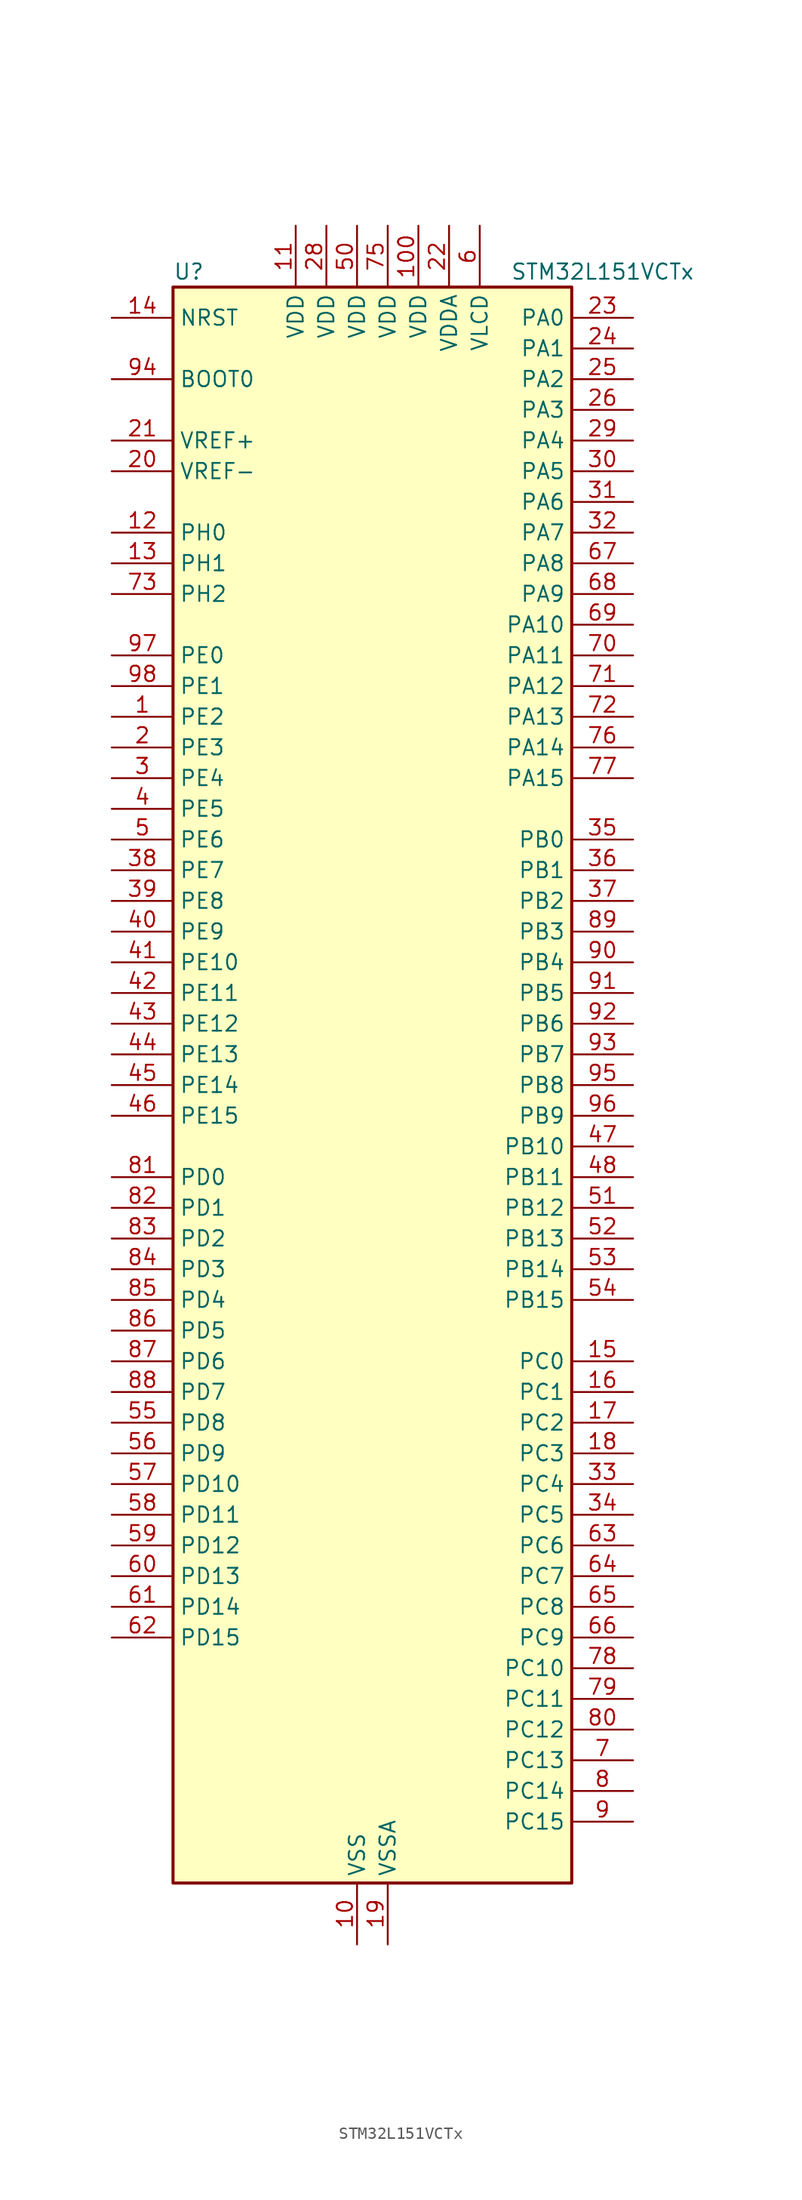
<source format=kicad_sym>
(kicad_symbol_lib
  (version 20231120)
  (generator "kicad-library-utils")
  (generator_version "8.0")
  (symbol "STM32L151VCTx"
    (property "Reference" "U"
      (at -15.24 67.31 0)
      (effects (font (size 1.27 1.27)) (justify left)))
    (property "Value" "STM32L151VCTx"
      (at 12.7 67.31 0)
      (effects (font (size 1.27 1.27)) (justify left)))
    (symbol "STM32L151VCTx_0_1"
      (rectangle (start -15.24 -66.04) (end 17.78 66.04) (stroke (width 0.254) (type default)) (fill (type background))))
    (symbol "STM32L151VCTx_1_1"
      (pin bidirectional line (at -20.32 30.48 0) (length 5.08) (name "PE2" (effects (font (size 1.27 1.27)))) (number "1" (effects (font (size 1.27 1.27)))) (alternate "SYS_TRACECK" bidirectional line) (alternate "TIM3_ETR" bidirectional line) (alternate "TIMX_IC3" bidirectional line))
      (pin power_in line (at 0 -71.12 90) (length 5.08) (name "VSS" (effects (font (size 1.27 1.27)))) (number "10" (effects (font (size 1.27 1.27)))))
      (pin power_in line (at 5.08 71.12 270) (length 5.08) (name "VDD" (effects (font (size 1.27 1.27)))) (number "100" (effects (font (size 1.27 1.27)))))
      (pin power_in line (at -5.08 71.12 270) (length 5.08) (name "VDD" (effects (font (size 1.27 1.27)))) (number "11" (effects (font (size 1.27 1.27)))))
      (pin bidirectional line (at -20.32 45.72 0) (length 5.08) (name "PH0" (effects (font (size 1.27 1.27)))) (number "12" (effects (font (size 1.27 1.27)))) (alternate "RCC_OSC_IN" bidirectional line))
      (pin bidirectional line (at -20.32 43.18 0) (length 5.08) (name "PH1" (effects (font (size 1.27 1.27)))) (number "13" (effects (font (size 1.27 1.27)))) (alternate "RCC_OSC_OUT" bidirectional line))
      (pin input line (at -20.32 63.5 0) (length 5.08) (name "NRST" (effects (font (size 1.27 1.27)))) (number "14" (effects (font (size 1.27 1.27)))))
      (pin bidirectional line (at 22.86 -22.86 180) (length 5.08) (name "PC0" (effects (font (size 1.27 1.27)))) (number "15" (effects (font (size 1.27 1.27)))) (alternate "ADC_IN10" bidirectional line) (alternate "COMP1_INP" bidirectional line) (alternate "TIMX_IC1" bidirectional line) (alternate "TS_G8_IO1" bidirectional line))
      (pin bidirectional line (at 22.86 -25.4 180) (length 5.08) (name "PC1" (effects (font (size 1.27 1.27)))) (number "16" (effects (font (size 1.27 1.27)))) (alternate "ADC_IN11" bidirectional line) (alternate "COMP1_INP" bidirectional line) (alternate "TIMX_IC2" bidirectional line) (alternate "TS_G8_IO2" bidirectional line))
      (pin bidirectional line (at 22.86 -27.94 180) (length 5.08) (name "PC2" (effects (font (size 1.27 1.27)))) (number "17" (effects (font (size 1.27 1.27)))) (alternate "ADC_IN12" bidirectional line) (alternate "COMP1_INP" bidirectional line) (alternate "TIMX_IC3" bidirectional line) (alternate "TS_G8_IO3" bidirectional line))
      (pin bidirectional line (at 22.86 -30.48 180) (length 5.08) (name "PC3" (effects (font (size 1.27 1.27)))) (number "18" (effects (font (size 1.27 1.27)))) (alternate "ADC_IN13" bidirectional line) (alternate "COMP1_INP" bidirectional line) (alternate "TIMX_IC4" bidirectional line) (alternate "TS_G8_IO4" bidirectional line))
      (pin power_in line (at 2.54 -71.12 90) (length 5.08) (name "VSSA" (effects (font (size 1.27 1.27)))) (number "19" (effects (font (size 1.27 1.27)))))
      (pin bidirectional line (at -20.32 27.94 0) (length 5.08) (name "PE3" (effects (font (size 1.27 1.27)))) (number "2" (effects (font (size 1.27 1.27)))) (alternate "SYS_TRACED0" bidirectional line) (alternate "TIM3_CH1" bidirectional line) (alternate "TIMX_IC4" bidirectional line))
      (pin input line (at -20.32 50.8 0) (length 5.08) (name "VREF-" (effects (font (size 1.27 1.27)))) (number "20" (effects (font (size 1.27 1.27)))))
      (pin input line (at -20.32 53.34 0) (length 5.08) (name "VREF+" (effects (font (size 1.27 1.27)))) (number "21" (effects (font (size 1.27 1.27)))))
      (pin power_in line (at 7.62 71.12 270) (length 5.08) (name "VDDA" (effects (font (size 1.27 1.27)))) (number "22" (effects (font (size 1.27 1.27)))))
      (pin bidirectional line (at 22.86 63.5 180) (length 5.08) (name "PA0" (effects (font (size 1.27 1.27)))) (number "23" (effects (font (size 1.27 1.27)))) (alternate "ADC_IN0" bidirectional line) (alternate "COMP1_INP" bidirectional line) (alternate "RTC_TAMP2" bidirectional line) (alternate "SYS_WKUP1" bidirectional line) (alternate "TIM2_CH1" bidirectional line) (alternate "TIM2_ETR" bidirectional line) (alternate "TIM5_CH1" bidirectional line) (alternate "TIMX_IC1" bidirectional line) (alternate "TS_G1_IO1" bidirectional line) (alternate "USART2_CTS" bidirectional line))
      (pin bidirectional line (at 22.86 60.96 180) (length 5.08) (name "PA1" (effects (font (size 1.27 1.27)))) (number "24" (effects (font (size 1.27 1.27)))) (alternate "ADC_IN1" bidirectional line) (alternate "COMP1_INP" bidirectional line) (alternate "OPAMP1_VINP" bidirectional line) (alternate "TIM2_CH2" bidirectional line) (alternate "TIM5_CH2" bidirectional line) (alternate "TIMX_IC2" bidirectional line) (alternate "TS_G1_IO2" bidirectional line) (alternate "USART2_RTS" bidirectional line))
      (pin bidirectional line (at 22.86 58.42 180) (length 5.08) (name "PA2" (effects (font (size 1.27 1.27)))) (number "25" (effects (font (size 1.27 1.27)))) (alternate "ADC_IN2" bidirectional line) (alternate "COMP1_INP" bidirectional line) (alternate "OPAMP1_VINM" bidirectional line) (alternate "TIM2_CH3" bidirectional line) (alternate "TIM5_CH3" bidirectional line) (alternate "TIM9_CH1" bidirectional line) (alternate "TIMX_IC3" bidirectional line) (alternate "TS_G1_IO3" bidirectional line) (alternate "USART2_TX" bidirectional line))
      (pin bidirectional line (at 22.86 55.88 180) (length 5.08) (name "PA3" (effects (font (size 1.27 1.27)))) (number "26" (effects (font (size 1.27 1.27)))) (alternate "ADC_IN3" bidirectional line) (alternate "COMP1_INP" bidirectional line) (alternate "OPAMP1_VOUT" bidirectional line) (alternate "TIM2_CH4" bidirectional line) (alternate "TIM5_CH4" bidirectional line) (alternate "TIM9_CH2" bidirectional line) (alternate "TIMX_IC4" bidirectional line) (alternate "TS_G1_IO4" bidirectional line) (alternate "USART2_RX" bidirectional line))
      (pin passive line (at 0 -71.12 90) (length 5.08) hide (name "VSS" (effects (font (size 1.27 1.27)))) (number "27" (effects (font (size 1.27 1.27)))))
      (pin power_in line (at -2.54 71.12 270) (length 5.08) (name "VDD" (effects (font (size 1.27 1.27)))) (number "28" (effects (font (size 1.27 1.27)))))
      (pin bidirectional line (at 22.86 53.34 180) (length 5.08) (name "PA4" (effects (font (size 1.27 1.27)))) (number "29" (effects (font (size 1.27 1.27)))) (alternate "ADC_IN4" bidirectional line) (alternate "COMP1_INP" bidirectional line) (alternate "DAC_OUT1" bidirectional line) (alternate "I2S3_WS" bidirectional line) (alternate "SPI1_NSS" bidirectional line) (alternate "SPI3_NSS" bidirectional line) (alternate "TIMX_IC1" bidirectional line) (alternate "USART2_CK" bidirectional line))
      (pin bidirectional line (at -20.32 25.4 0) (length 5.08) (name "PE4" (effects (font (size 1.27 1.27)))) (number "3" (effects (font (size 1.27 1.27)))) (alternate "SYS_TRACED1" bidirectional line) (alternate "TIM3_CH2" bidirectional line) (alternate "TIMX_IC1" bidirectional line))
      (pin bidirectional line (at 22.86 50.8 180) (length 5.08) (name "PA5" (effects (font (size 1.27 1.27)))) (number "30" (effects (font (size 1.27 1.27)))) (alternate "ADC_IN5" bidirectional line) (alternate "COMP1_INP" bidirectional line) (alternate "DAC_OUT2" bidirectional line) (alternate "SPI1_SCK" bidirectional line) (alternate "TIM2_CH1" bidirectional line) (alternate "TIM2_ETR" bidirectional line) (alternate "TIMX_IC2" bidirectional line))
      (pin bidirectional line (at 22.86 48.26 180) (length 5.08) (name "PA6" (effects (font (size 1.27 1.27)))) (number "31" (effects (font (size 1.27 1.27)))) (alternate "ADC_IN6" bidirectional line) (alternate "COMP1_INP" bidirectional line) (alternate "OPAMP2_VINP" bidirectional line) (alternate "SPI1_MISO" bidirectional line) (alternate "TIM10_CH1" bidirectional line) (alternate "TIM3_CH1" bidirectional line) (alternate "TIMX_IC3" bidirectional line) (alternate "TS_G2_IO1" bidirectional line))
      (pin bidirectional line (at 22.86 45.72 180) (length 5.08) (name "PA7" (effects (font (size 1.27 1.27)))) (number "32" (effects (font (size 1.27 1.27)))) (alternate "ADC_IN7" bidirectional line) (alternate "COMP1_INP" bidirectional line) (alternate "OPAMP2_VINM" bidirectional line) (alternate "SPI1_MOSI" bidirectional line) (alternate "TIM11_CH1" bidirectional line) (alternate "TIM3_CH2" bidirectional line) (alternate "TIMX_IC4" bidirectional line) (alternate "TS_G2_IO2" bidirectional line))
      (pin bidirectional line (at 22.86 -33.02 180) (length 5.08) (name "PC4" (effects (font (size 1.27 1.27)))) (number "33" (effects (font (size 1.27 1.27)))) (alternate "ADC_IN14" bidirectional line) (alternate "COMP1_INP" bidirectional line) (alternate "TIMX_IC1" bidirectional line) (alternate "TS_G9_IO1" bidirectional line))
      (pin bidirectional line (at 22.86 -35.56 180) (length 5.08) (name "PC5" (effects (font (size 1.27 1.27)))) (number "34" (effects (font (size 1.27 1.27)))) (alternate "ADC_IN15" bidirectional line) (alternate "COMP1_INP" bidirectional line) (alternate "TIMX_IC2" bidirectional line) (alternate "TS_G9_IO2" bidirectional line))
      (pin bidirectional line (at 22.86 20.32 180) (length 5.08) (name "PB0" (effects (font (size 1.27 1.27)))) (number "35" (effects (font (size 1.27 1.27)))) (alternate "ADC_IN8" bidirectional line) (alternate "COMP1_INP" bidirectional line) (alternate "OPAMP2_VOUT" bidirectional line) (alternate "SYS_V_REF_OUT" bidirectional line) (alternate "TIM3_CH3" bidirectional line) (alternate "TS_G3_IO1" bidirectional line))
      (pin bidirectional line (at 22.86 17.78 180) (length 5.08) (name "PB1" (effects (font (size 1.27 1.27)))) (number "36" (effects (font (size 1.27 1.27)))) (alternate "ADC_IN9" bidirectional line) (alternate "COMP1_INP" bidirectional line) (alternate "SYS_V_REF_OUT" bidirectional line) (alternate "TIM3_CH4" bidirectional line) (alternate "TS_G3_IO2" bidirectional line))
      (pin bidirectional line (at 22.86 15.24 180) (length 5.08) (name "PB2" (effects (font (size 1.27 1.27)))) (number "37" (effects (font (size 1.27 1.27)))) (alternate "TS_G3_IO3" bidirectional line))
      (pin bidirectional line (at -20.32 17.78 0) (length 5.08) (name "PE7" (effects (font (size 1.27 1.27)))) (number "38" (effects (font (size 1.27 1.27)))) (alternate "ADC_IN22" bidirectional line) (alternate "COMP1_INP" bidirectional line) (alternate "TIMX_IC4" bidirectional line))
      (pin bidirectional line (at -20.32 15.24 0) (length 5.08) (name "PE8" (effects (font (size 1.27 1.27)))) (number "39" (effects (font (size 1.27 1.27)))) (alternate "ADC_IN23" bidirectional line) (alternate "COMP1_INP" bidirectional line) (alternate "TIMX_IC1" bidirectional line))
      (pin bidirectional line (at -20.32 22.86 0) (length 5.08) (name "PE5" (effects (font (size 1.27 1.27)))) (number "4" (effects (font (size 1.27 1.27)))) (alternate "SYS_TRACED2" bidirectional line) (alternate "TIM9_CH1" bidirectional line) (alternate "TIMX_IC2" bidirectional line))
      (pin bidirectional line (at -20.32 12.7 0) (length 5.08) (name "PE9" (effects (font (size 1.27 1.27)))) (number "40" (effects (font (size 1.27 1.27)))) (alternate "ADC_IN24" bidirectional line) (alternate "COMP1_INP" bidirectional line) (alternate "DAC_EXTI9" bidirectional line) (alternate "TIM2_CH1" bidirectional line) (alternate "TIM2_ETR" bidirectional line) (alternate "TIM5_ETR" bidirectional line) (alternate "TIMX_IC2" bidirectional line))
      (pin bidirectional line (at -20.32 10.16 0) (length 5.08) (name "PE10" (effects (font (size 1.27 1.27)))) (number "41" (effects (font (size 1.27 1.27)))) (alternate "ADC_IN25" bidirectional line) (alternate "COMP1_INP" bidirectional line) (alternate "TIM2_CH2" bidirectional line) (alternate "TIMX_IC3" bidirectional line))
      (pin bidirectional line (at -20.32 7.62 0) (length 5.08) (name "PE11" (effects (font (size 1.27 1.27)))) (number "42" (effects (font (size 1.27 1.27)))) (alternate "ADC_EXTI11" bidirectional line) (alternate "TIM2_CH3" bidirectional line) (alternate "TIMX_IC4" bidirectional line))
      (pin bidirectional line (at -20.32 5.08 0) (length 5.08) (name "PE12" (effects (font (size 1.27 1.27)))) (number "43" (effects (font (size 1.27 1.27)))) (alternate "SPI1_NSS" bidirectional line) (alternate "TIM2_CH4" bidirectional line) (alternate "TIMX_IC1" bidirectional line))
      (pin bidirectional line (at -20.32 2.54 0) (length 5.08) (name "PE13" (effects (font (size 1.27 1.27)))) (number "44" (effects (font (size 1.27 1.27)))) (alternate "SPI1_SCK" bidirectional line) (alternate "TIMX_IC2" bidirectional line))
      (pin bidirectional line (at -20.32 0 0) (length 5.08) (name "PE14" (effects (font (size 1.27 1.27)))) (number "45" (effects (font (size 1.27 1.27)))) (alternate "SPI1_MISO" bidirectional line) (alternate "TIMX_IC3" bidirectional line))
      (pin bidirectional line (at -20.32 -2.54 0) (length 5.08) (name "PE15" (effects (font (size 1.27 1.27)))) (number "46" (effects (font (size 1.27 1.27)))) (alternate "ADC_EXTI15" bidirectional line) (alternate "SPI1_MOSI" bidirectional line) (alternate "TIMX_IC4" bidirectional line))
      (pin bidirectional line (at 22.86 -5.08 180) (length 5.08) (name "PB10" (effects (font (size 1.27 1.27)))) (number "47" (effects (font (size 1.27 1.27)))) (alternate "I2C2_SCL" bidirectional line) (alternate "TIM2_CH3" bidirectional line) (alternate "USART3_TX" bidirectional line))
      (pin bidirectional line (at 22.86 -7.62 180) (length 5.08) (name "PB11" (effects (font (size 1.27 1.27)))) (number "48" (effects (font (size 1.27 1.27)))) (alternate "ADC_EXTI11" bidirectional line) (alternate "I2C2_SDA" bidirectional line) (alternate "TIM2_CH4" bidirectional line) (alternate "USART3_RX" bidirectional line))
      (pin passive line (at 0 -71.12 90) (length 5.08) hide (name "VSS" (effects (font (size 1.27 1.27)))) (number "49" (effects (font (size 1.27 1.27)))))
      (pin bidirectional line (at -20.32 20.32 0) (length 5.08) (name "PE6" (effects (font (size 1.27 1.27)))) (number "5" (effects (font (size 1.27 1.27)))) (alternate "RTC_TAMP3" bidirectional line) (alternate "SYS_TRACED3" bidirectional line) (alternate "SYS_WKUP3" bidirectional line) (alternate "TIM9_CH2" bidirectional line) (alternate "TIMX_IC3" bidirectional line))
      (pin power_in line (at 0 71.12 270) (length 5.08) (name "VDD" (effects (font (size 1.27 1.27)))) (number "50" (effects (font (size 1.27 1.27)))))
      (pin bidirectional line (at 22.86 -10.16 180) (length 5.08) (name "PB12" (effects (font (size 1.27 1.27)))) (number "51" (effects (font (size 1.27 1.27)))) (alternate "ADC_IN18" bidirectional line) (alternate "COMP1_INP" bidirectional line) (alternate "I2C2_SMBA" bidirectional line) (alternate "I2S2_WS" bidirectional line) (alternate "SPI2_NSS" bidirectional line) (alternate "TIM10_CH1" bidirectional line) (alternate "TS_G7_IO1" bidirectional line) (alternate "USART3_CK" bidirectional line))
      (pin bidirectional line (at 22.86 -12.7 180) (length 5.08) (name "PB13" (effects (font (size 1.27 1.27)))) (number "52" (effects (font (size 1.27 1.27)))) (alternate "ADC_IN19" bidirectional line) (alternate "COMP1_INP" bidirectional line) (alternate "I2S2_CK" bidirectional line) (alternate "SPI2_SCK" bidirectional line) (alternate "TIM9_CH1" bidirectional line) (alternate "TS_G7_IO2" bidirectional line) (alternate "USART3_CTS" bidirectional line))
      (pin bidirectional line (at 22.86 -15.24 180) (length 5.08) (name "PB14" (effects (font (size 1.27 1.27)))) (number "53" (effects (font (size 1.27 1.27)))) (alternate "ADC_IN20" bidirectional line) (alternate "COMP1_INP" bidirectional line) (alternate "SPI2_MISO" bidirectional line) (alternate "TIM9_CH2" bidirectional line) (alternate "TS_G7_IO3" bidirectional line) (alternate "USART3_RTS" bidirectional line))
      (pin bidirectional line (at 22.86 -17.78 180) (length 5.08) (name "PB15" (effects (font (size 1.27 1.27)))) (number "54" (effects (font (size 1.27 1.27)))) (alternate "ADC_EXTI15" bidirectional line) (alternate "ADC_IN21" bidirectional line) (alternate "COMP1_INP" bidirectional line) (alternate "I2S2_SD" bidirectional line) (alternate "RTC_REFIN" bidirectional line) (alternate "SPI2_MOSI" bidirectional line) (alternate "TIM11_CH1" bidirectional line) (alternate "TS_G7_IO4" bidirectional line))
      (pin bidirectional line (at -20.32 -27.94 0) (length 5.08) (name "PD8" (effects (font (size 1.27 1.27)))) (number "55" (effects (font (size 1.27 1.27)))) (alternate "TIMX_IC1" bidirectional line) (alternate "USART3_TX" bidirectional line))
      (pin bidirectional line (at -20.32 -30.48 0) (length 5.08) (name "PD9" (effects (font (size 1.27 1.27)))) (number "56" (effects (font (size 1.27 1.27)))) (alternate "DAC_EXTI9" bidirectional line) (alternate "TIMX_IC2" bidirectional line) (alternate "USART3_RX" bidirectional line))
      (pin bidirectional line (at -20.32 -33.02 0) (length 5.08) (name "PD10" (effects (font (size 1.27 1.27)))) (number "57" (effects (font (size 1.27 1.27)))) (alternate "TIMX_IC3" bidirectional line) (alternate "USART3_CK" bidirectional line))
      (pin bidirectional line (at -20.32 -35.56 0) (length 5.08) (name "PD11" (effects (font (size 1.27 1.27)))) (number "58" (effects (font (size 1.27 1.27)))) (alternate "ADC_EXTI11" bidirectional line) (alternate "TIMX_IC4" bidirectional line) (alternate "USART3_CTS" bidirectional line))
      (pin bidirectional line (at -20.32 -38.1 0) (length 5.08) (name "PD12" (effects (font (size 1.27 1.27)))) (number "59" (effects (font (size 1.27 1.27)))) (alternate "TIM4_CH1" bidirectional line) (alternate "TIMX_IC1" bidirectional line) (alternate "USART3_RTS" bidirectional line))
      (pin power_in line (at 10.16 71.12 270) (length 5.08) (name "VLCD" (effects (font (size 1.27 1.27)))) (number "6" (effects (font (size 1.27 1.27)))))
      (pin bidirectional line (at -20.32 -40.64 0) (length 5.08) (name "PD13" (effects (font (size 1.27 1.27)))) (number "60" (effects (font (size 1.27 1.27)))) (alternate "TIM4_CH2" bidirectional line) (alternate "TIMX_IC2" bidirectional line))
      (pin bidirectional line (at -20.32 -43.18 0) (length 5.08) (name "PD14" (effects (font (size 1.27 1.27)))) (number "61" (effects (font (size 1.27 1.27)))) (alternate "TIM4_CH3" bidirectional line) (alternate "TIMX_IC3" bidirectional line))
      (pin bidirectional line (at -20.32 -45.72 0) (length 5.08) (name "PD15" (effects (font (size 1.27 1.27)))) (number "62" (effects (font (size 1.27 1.27)))) (alternate "ADC_EXTI15" bidirectional line) (alternate "TIM4_CH4" bidirectional line) (alternate "TIMX_IC4" bidirectional line))
      (pin bidirectional line (at 22.86 -38.1 180) (length 5.08) (name "PC6" (effects (font (size 1.27 1.27)))) (number "63" (effects (font (size 1.27 1.27)))) (alternate "I2S2_MCK" bidirectional line) (alternate "TIM3_CH1" bidirectional line) (alternate "TIMX_IC3" bidirectional line) (alternate "TS_G10_IO1" bidirectional line))
      (pin bidirectional line (at 22.86 -40.64 180) (length 5.08) (name "PC7" (effects (font (size 1.27 1.27)))) (number "64" (effects (font (size 1.27 1.27)))) (alternate "I2S3_MCK" bidirectional line) (alternate "TIM3_CH2" bidirectional line) (alternate "TIMX_IC4" bidirectional line) (alternate "TS_G10_IO2" bidirectional line))
      (pin bidirectional line (at 22.86 -43.18 180) (length 5.08) (name "PC8" (effects (font (size 1.27 1.27)))) (number "65" (effects (font (size 1.27 1.27)))) (alternate "TIM3_CH3" bidirectional line) (alternate "TIMX_IC1" bidirectional line) (alternate "TS_G10_IO3" bidirectional line))
      (pin bidirectional line (at 22.86 -45.72 180) (length 5.08) (name "PC9" (effects (font (size 1.27 1.27)))) (number "66" (effects (font (size 1.27 1.27)))) (alternate "DAC_EXTI9" bidirectional line) (alternate "TIM3_CH4" bidirectional line) (alternate "TIMX_IC2" bidirectional line) (alternate "TS_G10_IO4" bidirectional line))
      (pin bidirectional line (at 22.86 43.18 180) (length 5.08) (name "PA8" (effects (font (size 1.27 1.27)))) (number "67" (effects (font (size 1.27 1.27)))) (alternate "RCC_MCO" bidirectional line) (alternate "TIMX_IC1" bidirectional line) (alternate "TS_G4_IO1" bidirectional line) (alternate "USART1_CK" bidirectional line))
      (pin bidirectional line (at 22.86 40.64 180) (length 5.08) (name "PA9" (effects (font (size 1.27 1.27)))) (number "68" (effects (font (size 1.27 1.27)))) (alternate "DAC_EXTI9" bidirectional line) (alternate "TIMX_IC2" bidirectional line) (alternate "TS_G4_IO2" bidirectional line) (alternate "USART1_TX" bidirectional line))
      (pin bidirectional line (at 22.86 38.1 180) (length 5.08) (name "PA10" (effects (font (size 1.27 1.27)))) (number "69" (effects (font (size 1.27 1.27)))) (alternate "TIMX_IC3" bidirectional line) (alternate "TS_G4_IO3" bidirectional line) (alternate "USART1_RX" bidirectional line))
      (pin bidirectional line (at 22.86 -55.88 180) (length 5.08) (name "PC13" (effects (font (size 1.27 1.27)))) (number "7" (effects (font (size 1.27 1.27)))) (alternate "RTC_OUT_ALARM" bidirectional line) (alternate "RTC_OUT_CALIB" bidirectional line) (alternate "RTC_TAMP1" bidirectional line) (alternate "RTC_TS" bidirectional line) (alternate "SYS_WKUP2" bidirectional line) (alternate "TIMX_IC2" bidirectional line))
      (pin bidirectional line (at 22.86 35.56 180) (length 5.08) (name "PA11" (effects (font (size 1.27 1.27)))) (number "70" (effects (font (size 1.27 1.27)))) (alternate "ADC_EXTI11" bidirectional line) (alternate "SPI1_MISO" bidirectional line) (alternate "TIMX_IC4" bidirectional line) (alternate "USART1_CTS" bidirectional line) (alternate "USB_DM" bidirectional line))
      (pin bidirectional line (at 22.86 33.02 180) (length 5.08) (name "PA12" (effects (font (size 1.27 1.27)))) (number "71" (effects (font (size 1.27 1.27)))) (alternate "SPI1_MOSI" bidirectional line) (alternate "TIMX_IC1" bidirectional line) (alternate "USART1_RTS" bidirectional line) (alternate "USB_DP" bidirectional line))
      (pin bidirectional line (at 22.86 30.48 180) (length 5.08) (name "PA13" (effects (font (size 1.27 1.27)))) (number "72" (effects (font (size 1.27 1.27)))) (alternate "SYS_JTMS-SWDIO" bidirectional line) (alternate "TIMX_IC2" bidirectional line) (alternate "TS_G5_IO1" bidirectional line))
      (pin bidirectional line (at -20.32 40.64 0) (length 5.08) (name "PH2" (effects (font (size 1.27 1.27)))) (number "73" (effects (font (size 1.27 1.27)))))
      (pin passive line (at 0 -71.12 90) (length 5.08) hide (name "VSS" (effects (font (size 1.27 1.27)))) (number "74" (effects (font (size 1.27 1.27)))))
      (pin power_in line (at 2.54 71.12 270) (length 5.08) (name "VDD" (effects (font (size 1.27 1.27)))) (number "75" (effects (font (size 1.27 1.27)))))
      (pin bidirectional line (at 22.86 27.94 180) (length 5.08) (name "PA14" (effects (font (size 1.27 1.27)))) (number "76" (effects (font (size 1.27 1.27)))) (alternate "SYS_JTCK-SWCLK" bidirectional line) (alternate "TIMX_IC3" bidirectional line) (alternate "TS_G5_IO2" bidirectional line))
      (pin bidirectional line (at 22.86 25.4 180) (length 5.08) (name "PA15" (effects (font (size 1.27 1.27)))) (number "77" (effects (font (size 1.27 1.27)))) (alternate "ADC_EXTI15" bidirectional line) (alternate "I2S3_WS" bidirectional line) (alternate "SPI1_NSS" bidirectional line) (alternate "SPI3_NSS" bidirectional line) (alternate "SYS_JTDI" bidirectional line) (alternate "TIM2_CH1" bidirectional line) (alternate "TIM2_ETR" bidirectional line) (alternate "TIMX_IC4" bidirectional line) (alternate "TS_G5_IO3" bidirectional line))
      (pin bidirectional line (at 22.86 -48.26 180) (length 5.08) (name "PC10" (effects (font (size 1.27 1.27)))) (number "78" (effects (font (size 1.27 1.27)))) (alternate "I2S3_CK" bidirectional line) (alternate "SPI3_SCK" bidirectional line) (alternate "TIMX_IC3" bidirectional line) (alternate "USART3_TX" bidirectional line))
      (pin bidirectional line (at 22.86 -50.8 180) (length 5.08) (name "PC11" (effects (font (size 1.27 1.27)))) (number "79" (effects (font (size 1.27 1.27)))) (alternate "ADC_EXTI11" bidirectional line) (alternate "SPI3_MISO" bidirectional line) (alternate "TIMX_IC4" bidirectional line) (alternate "USART3_RX" bidirectional line))
      (pin bidirectional line (at 22.86 -58.42 180) (length 5.08) (name "PC14" (effects (font (size 1.27 1.27)))) (number "8" (effects (font (size 1.27 1.27)))) (alternate "RCC_OSC32_IN" bidirectional line) (alternate "TIMX_IC3" bidirectional line))
      (pin bidirectional line (at 22.86 -53.34 180) (length 5.08) (name "PC12" (effects (font (size 1.27 1.27)))) (number "80" (effects (font (size 1.27 1.27)))) (alternate "I2S3_SD" bidirectional line) (alternate "SPI3_MOSI" bidirectional line) (alternate "TIMX_IC1" bidirectional line) (alternate "USART3_CK" bidirectional line))
      (pin bidirectional line (at -20.32 -7.62 0) (length 5.08) (name "PD0" (effects (font (size 1.27 1.27)))) (number "81" (effects (font (size 1.27 1.27)))) (alternate "I2S2_WS" bidirectional line) (alternate "SPI2_NSS" bidirectional line) (alternate "TIM9_CH1" bidirectional line) (alternate "TIMX_IC1" bidirectional line))
      (pin bidirectional line (at -20.32 -10.16 0) (length 5.08) (name "PD1" (effects (font (size 1.27 1.27)))) (number "82" (effects (font (size 1.27 1.27)))) (alternate "I2S2_CK" bidirectional line) (alternate "SPI2_SCK" bidirectional line) (alternate "TIMX_IC2" bidirectional line))
      (pin bidirectional line (at -20.32 -12.7 0) (length 5.08) (name "PD2" (effects (font (size 1.27 1.27)))) (number "83" (effects (font (size 1.27 1.27)))) (alternate "TIM3_ETR" bidirectional line) (alternate "TIMX_IC3" bidirectional line))
      (pin bidirectional line (at -20.32 -15.24 0) (length 5.08) (name "PD3" (effects (font (size 1.27 1.27)))) (number "84" (effects (font (size 1.27 1.27)))) (alternate "SPI2_MISO" bidirectional line) (alternate "TIMX_IC4" bidirectional line) (alternate "USART2_CTS" bidirectional line))
      (pin bidirectional line (at -20.32 -17.78 0) (length 5.08) (name "PD4" (effects (font (size 1.27 1.27)))) (number "85" (effects (font (size 1.27 1.27)))) (alternate "I2S2_SD" bidirectional line) (alternate "SPI2_MOSI" bidirectional line) (alternate "TIMX_IC1" bidirectional line) (alternate "USART2_RTS" bidirectional line))
      (pin bidirectional line (at -20.32 -20.32 0) (length 5.08) (name "PD5" (effects (font (size 1.27 1.27)))) (number "86" (effects (font (size 1.27 1.27)))) (alternate "TIMX_IC2" bidirectional line) (alternate "USART2_TX" bidirectional line))
      (pin bidirectional line (at -20.32 -22.86 0) (length 5.08) (name "PD6" (effects (font (size 1.27 1.27)))) (number "87" (effects (font (size 1.27 1.27)))) (alternate "TIMX_IC3" bidirectional line) (alternate "USART2_RX" bidirectional line))
      (pin bidirectional line (at -20.32 -25.4 0) (length 5.08) (name "PD7" (effects (font (size 1.27 1.27)))) (number "88" (effects (font (size 1.27 1.27)))) (alternate "TIM9_CH2" bidirectional line) (alternate "TIMX_IC4" bidirectional line) (alternate "USART2_CK" bidirectional line))
      (pin bidirectional line (at 22.86 12.7 180) (length 5.08) (name "PB3" (effects (font (size 1.27 1.27)))) (number "89" (effects (font (size 1.27 1.27)))) (alternate "COMP2_INM" bidirectional line) (alternate "I2S3_CK" bidirectional line) (alternate "SPI1_SCK" bidirectional line) (alternate "SPI3_SCK" bidirectional line) (alternate "SYS_JTDO-TRACESWO" bidirectional line) (alternate "TIM2_CH2" bidirectional line))
      (pin bidirectional line (at 22.86 -60.96 180) (length 5.08) (name "PC15" (effects (font (size 1.27 1.27)))) (number "9" (effects (font (size 1.27 1.27)))) (alternate "ADC_EXTI15" bidirectional line) (alternate "RCC_OSC32_OUT" bidirectional line) (alternate "TIMX_IC4" bidirectional line))
      (pin bidirectional line (at 22.86 10.16 180) (length 5.08) (name "PB4" (effects (font (size 1.27 1.27)))) (number "90" (effects (font (size 1.27 1.27)))) (alternate "COMP2_INP" bidirectional line) (alternate "SPI1_MISO" bidirectional line) (alternate "SPI3_MISO" bidirectional line) (alternate "SYS_JTRST" bidirectional line) (alternate "TIM3_CH1" bidirectional line) (alternate "TS_G6_IO1" bidirectional line))
      (pin bidirectional line (at 22.86 7.62 180) (length 5.08) (name "PB5" (effects (font (size 1.27 1.27)))) (number "91" (effects (font (size 1.27 1.27)))) (alternate "COMP2_INP" bidirectional line) (alternate "I2C1_SMBA" bidirectional line) (alternate "I2S3_SD" bidirectional line) (alternate "SPI1_MOSI" bidirectional line) (alternate "SPI3_MOSI" bidirectional line) (alternate "TIM3_CH2" bidirectional line) (alternate "TS_G6_IO2" bidirectional line))
      (pin bidirectional line (at 22.86 5.08 180) (length 5.08) (name "PB6" (effects (font (size 1.27 1.27)))) (number "92" (effects (font (size 1.27 1.27)))) (alternate "COMP2_INP" bidirectional line) (alternate "I2C1_SCL" bidirectional line) (alternate "TIM4_CH1" bidirectional line) (alternate "TS_G6_IO3" bidirectional line) (alternate "USART1_TX" bidirectional line))
      (pin bidirectional line (at 22.86 2.54 180) (length 5.08) (name "PB7" (effects (font (size 1.27 1.27)))) (number "93" (effects (font (size 1.27 1.27)))) (alternate "COMP2_INP" bidirectional line) (alternate "I2C1_SDA" bidirectional line) (alternate "SYS_PVD_IN" bidirectional line) (alternate "TIM4_CH2" bidirectional line) (alternate "TS_G6_IO4" bidirectional line) (alternate "USART1_RX" bidirectional line))
      (pin input line (at -20.32 58.42 0) (length 5.08) (name "BOOT0" (effects (font (size 1.27 1.27)))) (number "94" (effects (font (size 1.27 1.27)))))
      (pin bidirectional line (at 22.86 0 180) (length 5.08) (name "PB8" (effects (font (size 1.27 1.27)))) (number "95" (effects (font (size 1.27 1.27)))) (alternate "I2C1_SCL" bidirectional line) (alternate "TIM10_CH1" bidirectional line) (alternate "TIM4_CH3" bidirectional line))
      (pin bidirectional line (at 22.86 -2.54 180) (length 5.08) (name "PB9" (effects (font (size 1.27 1.27)))) (number "96" (effects (font (size 1.27 1.27)))) (alternate "DAC_EXTI9" bidirectional line) (alternate "I2C1_SDA" bidirectional line) (alternate "TIM11_CH1" bidirectional line) (alternate "TIM4_CH4" bidirectional line))
      (pin bidirectional line (at -20.32 35.56 0) (length 5.08) (name "PE0" (effects (font (size 1.27 1.27)))) (number "97" (effects (font (size 1.27 1.27)))) (alternate "TIM10_CH1" bidirectional line) (alternate "TIM4_ETR" bidirectional line) (alternate "TIMX_IC1" bidirectional line))
      (pin bidirectional line (at -20.32 33.02 0) (length 5.08) (name "PE1" (effects (font (size 1.27 1.27)))) (number "98" (effects (font (size 1.27 1.27)))) (alternate "TIM11_CH1" bidirectional line) (alternate "TIMX_IC2" bidirectional line))
      (pin passive line (at 0 -71.12 90) (length 5.08) hide (name "VSS" (effects (font (size 1.27 1.27)))) (number "99" (effects (font (size 1.27 1.27))))))))
</source>
